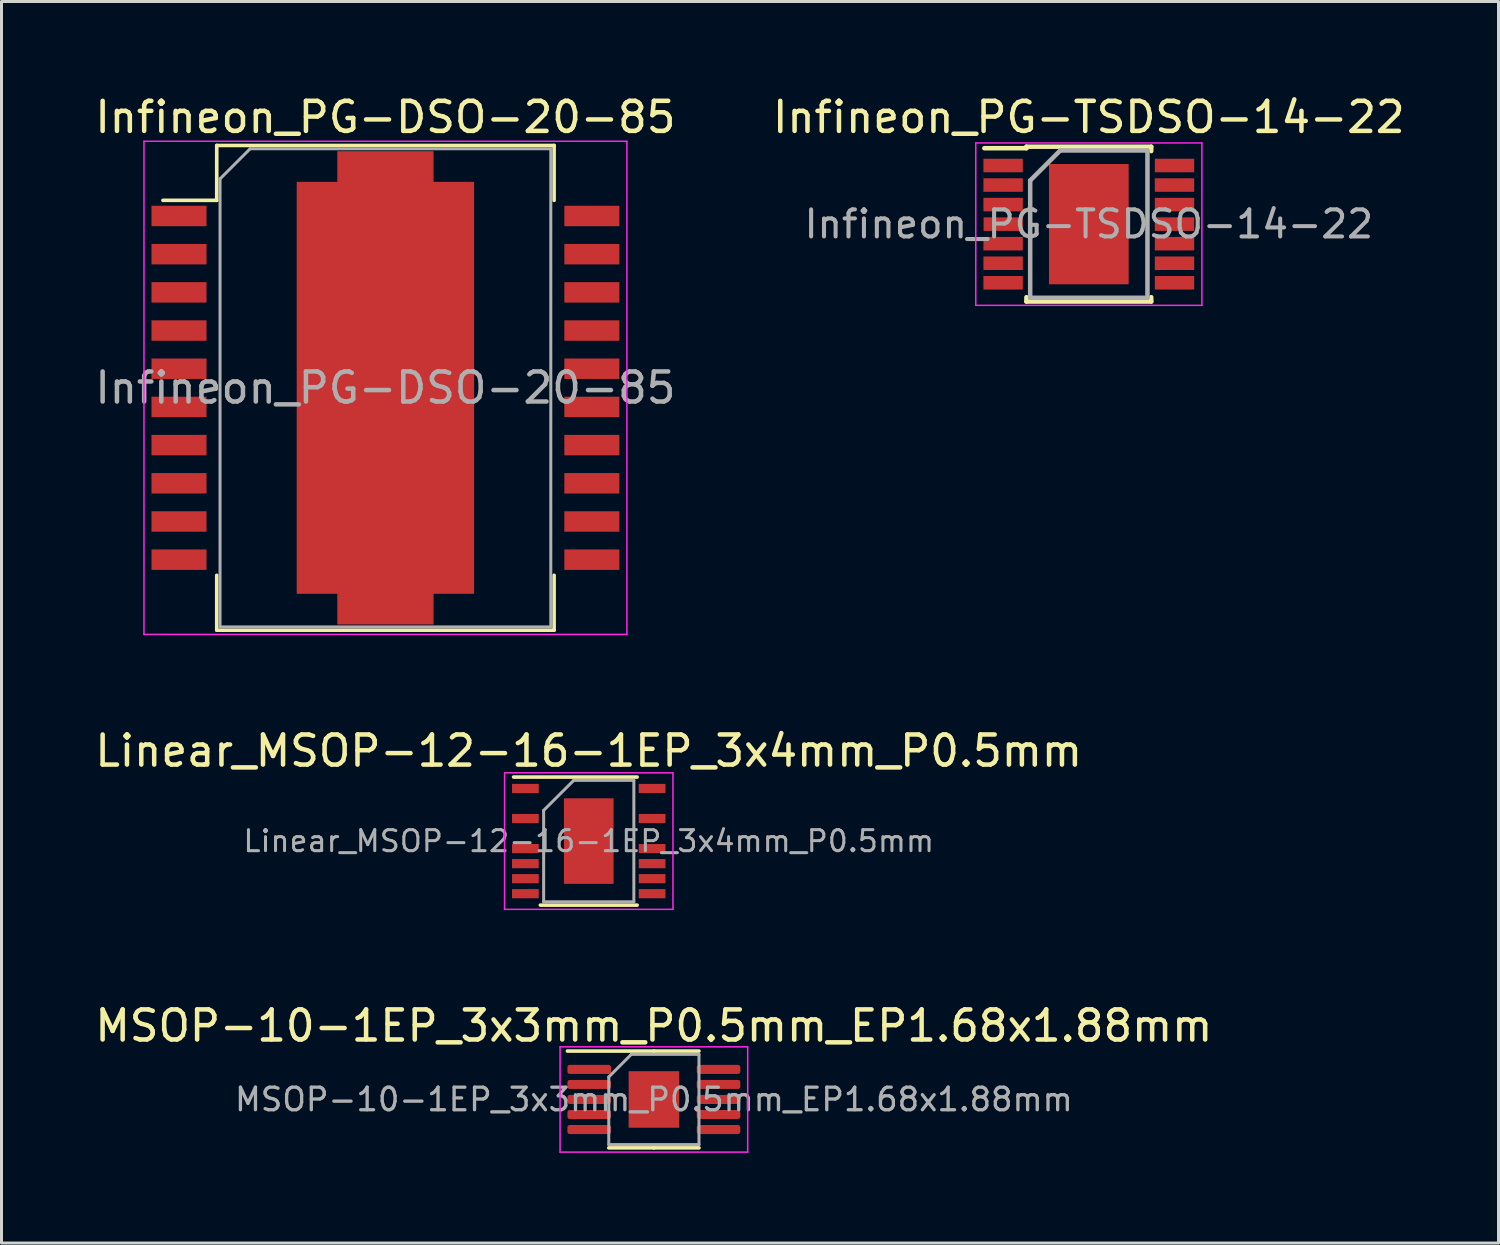
<source format=kicad_pcb>
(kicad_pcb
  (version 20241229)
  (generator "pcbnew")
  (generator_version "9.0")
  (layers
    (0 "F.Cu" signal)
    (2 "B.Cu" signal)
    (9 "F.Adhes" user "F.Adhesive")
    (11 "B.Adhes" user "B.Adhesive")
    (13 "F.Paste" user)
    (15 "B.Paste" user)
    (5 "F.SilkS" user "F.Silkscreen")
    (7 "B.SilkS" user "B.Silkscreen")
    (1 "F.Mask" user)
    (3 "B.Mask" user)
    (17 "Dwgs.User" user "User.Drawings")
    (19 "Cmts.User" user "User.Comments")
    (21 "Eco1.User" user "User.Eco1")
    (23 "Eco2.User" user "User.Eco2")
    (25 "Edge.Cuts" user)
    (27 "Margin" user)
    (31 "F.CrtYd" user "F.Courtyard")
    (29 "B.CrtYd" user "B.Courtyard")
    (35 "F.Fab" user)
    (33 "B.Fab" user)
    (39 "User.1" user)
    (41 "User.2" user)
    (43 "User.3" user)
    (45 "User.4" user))
  (footprint "Linear_MSOP-12-16-1EP_3x4mm_P0.5mm"
    (layer "F.Cu")
    (at 16.53 24.922)
    (property "Reference" "Linear_MSOP-12-16-1EP_3x4mm_P0.5mm" (at 0 -3 0) (layer "F.SilkS") (effects (font (size 1 1) (thickness 0.15))))
    (attr smd)
    (fp_line (start -2.5 -2.13) (end 1.61 -2.13) (stroke (width 0.12) (type solid)) (layer "F.SilkS"))
    (fp_line (start -1.61 2.13) (end 1.61 2.13) (stroke (width 0.12) (type solid)) (layer "F.SilkS"))
    (fp_line (start -2.8 -2.27) (end -2.8 2.27) (stroke (width 0.05) (type solid)) (layer "F.CrtYd"))
    (fp_line (start -2.8 -2.27) (end 2.8 -2.27) (stroke (width 0.05) (type solid)) (layer "F.CrtYd"))
    (fp_line (start -2.8 2.27) (end 2.8 2.27) (stroke (width 0.05) (type solid)) (layer "F.CrtYd"))
    (fp_line (start 2.8 -2.27) (end 2.8 2.27) (stroke (width 0.05) (type solid)) (layer "F.CrtYd"))
    (fp_line (start -1.5 -1.02) (end -0.5 -2.019) (stroke (width 0.1) (type solid)) (layer "F.Fab"))
    (fp_line (start -1.5 2.019) (end -1.5 -1.02) (stroke (width 0.1) (type solid)) (layer "F.Fab"))
    (fp_line (start -0.5 -2.019) (end 1.5 -2.019) (stroke (width 0.1) (type solid)) (layer "F.Fab"))
    (fp_line (start 1.5 -2.019) (end 1.5 2.019) (stroke (width 0.1) (type solid)) (layer "F.Fab"))
    (fp_line (start 1.5 2.019) (end -1.5 2.019) (stroke (width 0.1) (type solid)) (layer "F.Fab"))
    (fp_text user "${REFERENCE}" (at 0 0 0) (layer "F.Fab") (effects (font (size 0.7 0.7) (thickness 0.1))))
    (pad "" smd rect (at 0 -0.711) (size 1.4 1.2) (layers "F.Paste"))
    (pad "" smd rect (at 0 0.711) (size 1.4 1.2) (layers "F.Paste"))
    (pad "1" smd rect (at -2.107 -1.75) (size 0.889 0.305) (layers "F.Cu" "F.Mask" "F.Paste"))
    (pad "3" smd rect (at -2.107 -0.75) (size 0.889 0.305) (layers "F.Cu" "F.Mask" "F.Paste"))
    (pad "5" smd rect (at -2.107 0.25) (size 0.889 0.305) (layers "F.Cu" "F.Mask" "F.Paste"))
    (pad "6" smd rect (at -2.107 0.75) (size 0.889 0.305) (layers "F.Cu" "F.Mask" "F.Paste"))
    (pad "7" smd rect (at -2.107 1.25) (size 0.889 0.305) (layers "F.Cu" "F.Mask" "F.Paste"))
    (pad "8" smd rect (at -2.107 1.75) (size 0.889 0.305) (layers "F.Cu" "F.Mask" "F.Paste"))
    (pad "9" smd rect (at 2.107 1.75) (size 0.889 0.305) (layers "F.Cu" "F.Mask" "F.Paste"))
    (pad "10" smd rect (at 2.107 1.25) (size 0.889 0.305) (layers "F.Cu" "F.Mask" "F.Paste"))
    (pad "11" smd rect (at 2.107 0.75) (size 0.889 0.305) (layers "F.Cu" "F.Mask" "F.Paste"))
    (pad "12" smd rect (at 2.107 0.25) (size 0.889 0.305) (layers "F.Cu" "F.Mask" "F.Paste"))
    (pad "14" smd rect (at 2.107 -0.75) (size 0.889 0.305) (layers "F.Cu" "F.Mask" "F.Paste"))
    (pad "16" smd rect (at 2.107 -1.75) (size 0.889 0.305) (layers "F.Cu" "F.Mask" "F.Paste"))
    (pad "17" smd rect (at 0 0) (size 1.651 2.845) (layers "F.Cu" "F.Mask")))
  (footprint "Infineon_PG-DSO-20-85"
    (layer "F.Cu")
    (at 9.768 9.848)
    (property "Reference" "Infineon_PG-DSO-20-85" (at 0 -9 0) (layer "F.SilkS") (effects (font (size 1 1) (thickness 0.15))))
    (attr smd)
    (fp_line (start -7.4 -6.235) (end -5.61 -6.235) (stroke (width 0.12) (type solid)) (layer "F.SilkS"))
    (fp_line (start -5.61 -8.06) (end 5.61 -8.06) (stroke (width 0.12) (type solid)) (layer "F.SilkS"))
    (fp_line (start -5.61 -6.235) (end -5.61 -8.06) (stroke (width 0.12) (type solid)) (layer "F.SilkS"))
    (fp_line (start -5.61 6.235) (end -5.61 8.06) (stroke (width 0.12) (type solid)) (layer "F.SilkS"))
    (fp_line (start 5.61 -6.235) (end 5.61 -8.06) (stroke (width 0.12) (type solid)) (layer "F.SilkS"))
    (fp_line (start 5.61 6.235) (end 5.61 8.06) (stroke (width 0.12) (type solid)) (layer "F.SilkS"))
    (fp_line (start 5.61 8.06) (end -5.61 8.06) (stroke (width 0.12) (type solid)) (layer "F.SilkS"))
    (fp_line (start -8.03 -8.2) (end 8.03 -8.2) (stroke (width 0.05) (type solid)) (layer "F.CrtYd"))
    (fp_line (start -8.03 8.2) (end -8.03 -8.2) (stroke (width 0.05) (type solid)) (layer "F.CrtYd"))
    (fp_line (start -8.03 8.2) (end 8.03 8.2) (stroke (width 0.05) (type solid)) (layer "F.CrtYd"))
    (fp_line (start 8.03 8.2) (end 8.03 -8.2) (stroke (width 0.05) (type solid)) (layer "F.CrtYd"))
    (fp_line (start -5.5 -6.95) (end -4.5 -7.95) (stroke (width 0.1) (type solid)) (layer "F.Fab"))
    (fp_line (start -5.5 7.95) (end -5.5 -6.95) (stroke (width 0.1) (type solid)) (layer "F.Fab"))
    (fp_line (start -4.5 -7.95) (end 5.5 -7.95) (stroke (width 0.1) (type solid)) (layer "F.Fab"))
    (fp_line (start 5.5 -7.95) (end 5.5 7.95) (stroke (width 0.1) (type solid)) (layer "F.Fab"))
    (fp_line (start 5.5 7.95) (end -5.5 7.95) (stroke (width 0.1) (type solid)) (layer "F.Fab"))
    (fp_text user "${REFERENCE}" (at 0 0 0) (layer "F.Fab") (effects (font (size 1 1) (thickness 0.15))))
    (pad "" smd rect (at -1.4 -4.95) (size 2.4 2.8) (layers "F.Paste"))
    (pad "" smd rect (at -1.4 -1.65) (size 2.4 2.8) (layers "F.Paste"))
    (pad "" smd rect (at -1.4 1.65) (size 2.4 2.8) (layers "F.Paste"))
    (pad "" smd rect (at -1.4 4.95) (size 2.4 2.8) (layers "F.Paste"))
    (pad "" smd rect (at 0 -7.36) (size 3.2 1) (layers "F.Paste"))
    (pad "" smd rect (at 0 7.36) (size 3.2 1) (layers "F.Paste"))
    (pad "" smd rect (at 1.4 -4.95) (size 2.4 2.8) (layers "F.Paste"))
    (pad "" smd rect (at 1.4 -1.65) (size 2.4 2.8) (layers "F.Paste"))
    (pad "" smd rect (at 1.4 1.65) (size 2.4 2.8) (layers "F.Paste"))
    (pad "" smd rect (at 1.4 4.95) (size 2.4 2.8) (layers "F.Paste"))
    (pad "1" smd rect (at -6.865 -5.715) (size 1.83 0.68) (layers "F.Cu" "F.Mask" "F.Paste"))
    (pad "2" smd rect (at -6.865 -4.445) (size 1.83 0.68) (layers "F.Cu" "F.Mask" "F.Paste"))
    (pad "3" smd rect (at -6.865 -3.175) (size 1.83 0.68) (layers "F.Cu" "F.Mask" "F.Paste"))
    (pad "4" smd rect (at -6.865 -1.905) (size 1.83 0.68) (layers "F.Cu" "F.Mask" "F.Paste"))
    (pad "5" smd rect (at -6.865 -0.635) (size 1.83 0.68) (layers "F.Cu" "F.Mask" "F.Paste"))
    (pad "6" smd rect (at -6.865 0.635) (size 1.83 0.68) (layers "F.Cu" "F.Mask" "F.Paste"))
    (pad "7" smd rect (at -6.865 1.905) (size 1.83 0.68) (layers "F.Cu" "F.Mask" "F.Paste"))
    (pad "8" smd rect (at -6.865 3.175) (size 1.83 0.68) (layers "F.Cu" "F.Mask" "F.Paste"))
    (pad "9" smd rect (at -6.865 4.445) (size 1.83 0.68) (layers "F.Cu" "F.Mask" "F.Paste"))
    (pad "10" smd rect (at -6.865 5.715) (size 1.83 0.68) (layers "F.Cu" "F.Mask" "F.Paste"))
    (pad "11" smd rect (at 6.865 5.715) (size 1.83 0.68) (layers "F.Cu" "F.Mask" "F.Paste"))
    (pad "12" smd rect (at 6.865 4.445) (size 1.83 0.68) (layers "F.Cu" "F.Mask" "F.Paste"))
    (pad "13" smd rect (at 6.865 3.175) (size 1.83 0.68) (layers "F.Cu" "F.Mask" "F.Paste"))
    (pad "14" smd rect (at 6.865 1.905) (size 1.83 0.68) (layers "F.Cu" "F.Mask" "F.Paste"))
    (pad "15" smd rect (at 6.865 0.635) (size 1.83 0.68) (layers "F.Cu" "F.Mask" "F.Paste"))
    (pad "16" smd rect (at 6.865 -0.635) (size 1.83 0.68) (layers "F.Cu" "F.Mask" "F.Paste"))
    (pad "17" smd rect (at 6.865 -1.905) (size 1.83 0.68) (layers "F.Cu" "F.Mask" "F.Paste"))
    (pad "18" smd rect (at 6.865 -3.175) (size 1.83 0.68) (layers "F.Cu" "F.Mask" "F.Paste"))
    (pad "19" smd rect (at 6.865 -4.445) (size 1.83 0.68) (layers "F.Cu" "F.Mask" "F.Paste"))
    (pad "20" smd rect (at 6.865 -5.715) (size 1.83 0.68) (layers "F.Cu" "F.Mask" "F.Paste"))
    (pad "21" smd custom (at 0 0) (size 5.9 13.7) (layers "F.Cu" "F.Mask") (options (anchor rect)) (primitives (gr_poly (pts (xy -1.6 -7.87) (xy 1.6 -7.87) (xy 1.6 7.87) (xy -1.6 7.87)) (width 0) (fill yes)))))
  (footprint "Infineon_PG-TSDSO-14-22"
    (layer "F.Cu")
    (at 33.161 4.404)
    (property "Reference" "Infineon_PG-TSDSO-14-22" (at 0 -3.556 0) (layer "F.SilkS") (effects (font (size 1 1) (thickness 0.15))))
    (attr smd)
    (fp_line (start -2.075 -2.575) (end -2.075 -2.525) (stroke (width 0.15) (type solid)) (layer "F.SilkS"))
    (fp_line (start -2.075 -2.575) (end 2.075 -2.575) (stroke (width 0.15) (type solid)) (layer "F.SilkS"))
    (fp_line (start -2.075 -2.525) (end -3.475 -2.525) (stroke (width 0.15) (type solid)) (layer "F.SilkS"))
    (fp_line (start -2.075 2.575) (end -2.075 2.43) (stroke (width 0.15) (type solid)) (layer "F.SilkS"))
    (fp_line (start -2.075 2.575) (end 2.075 2.575) (stroke (width 0.15) (type solid)) (layer "F.SilkS"))
    (fp_line (start 2.075 -2.575) (end 2.075 -2.43) (stroke (width 0.15) (type solid)) (layer "F.SilkS"))
    (fp_line (start 2.075 2.575) (end 2.075 2.43) (stroke (width 0.15) (type solid)) (layer "F.SilkS"))
    (fp_line (start -3.76 -2.7) (end -3.76 2.7) (stroke (width 0.05) (type solid)) (layer "F.CrtYd"))
    (fp_line (start -3.76 -2.7) (end 3.76 -2.7) (stroke (width 0.05) (type solid)) (layer "F.CrtYd"))
    (fp_line (start -3.76 2.7) (end 3.76 2.7) (stroke (width 0.05) (type solid)) (layer "F.CrtYd"))
    (fp_line (start 3.76 -2.7) (end 3.76 2.7) (stroke (width 0.05) (type solid)) (layer "F.CrtYd"))
    (fp_line (start -1.95 -1.45) (end -0.95 -2.45) (stroke (width 0.15) (type solid)) (layer "F.Fab"))
    (fp_line (start -1.95 2.45) (end -1.95 -1.45) (stroke (width 0.15) (type solid)) (layer "F.Fab"))
    (fp_line (start -0.95 -2.45) (end 1.95 -2.45) (stroke (width 0.15) (type solid)) (layer "F.Fab"))
    (fp_line (start 1.95 -2.45) (end 1.95 2.45) (stroke (width 0.15) (type solid)) (layer "F.Fab"))
    (fp_line (start 1.95 2.45) (end -1.95 2.45) (stroke (width 0.15) (type solid)) (layer "F.Fab"))
    (fp_text user "${REFERENCE}" (at 0 0 0) (layer "F.Fab") (effects (font (size 0.9 0.9) (thickness 0.135))))
    (pad "" smd rect (at 0 -1.075) (size 2.65 1.85) (layers "F.Paste"))
    (pad "" smd rect (at 0 1.075) (size 2.65 1.85) (layers "F.Paste"))
    (pad "1" smd rect (at -2.85 -1.95) (size 1.31 0.45) (layers "F.Cu" "F.Mask" "F.Paste"))
    (pad "2" smd rect (at -2.85 -1.3) (size 1.31 0.45) (layers "F.Cu" "F.Mask" "F.Paste"))
    (pad "3" smd rect (at -2.85 -0.65) (size 1.31 0.45) (layers "F.Cu" "F.Mask" "F.Paste"))
    (pad "4" smd rect (at -2.845 0) (size 1.31 0.45) (layers "F.Cu" "F.Mask" "F.Paste"))
    (pad "5" smd rect (at -2.85 0.65) (size 1.31 0.45) (layers "F.Cu" "F.Mask" "F.Paste"))
    (pad "6" smd rect (at -2.85 1.3) (size 1.31 0.45) (layers "F.Cu" "F.Mask" "F.Paste"))
    (pad "7" smd rect (at -2.85 1.95) (size 1.31 0.45) (layers "F.Cu" "F.Mask" "F.Paste"))
    (pad "8" smd rect (at 2.85 1.95) (size 1.31 0.45) (layers "F.Cu" "F.Mask" "F.Paste"))
    (pad "9" smd rect (at 2.85 1.3) (size 1.31 0.45) (layers "F.Cu" "F.Mask" "F.Paste"))
    (pad "10" smd rect (at 2.85 0.65) (size 1.31 0.45) (layers "F.Cu" "F.Mask" "F.Paste"))
    (pad "11" smd rect (at 2.85 0) (size 1.31 0.45) (layers "F.Cu" "F.Mask" "F.Paste"))
    (pad "12" smd rect (at 2.85 -0.65) (size 1.31 0.45) (layers "F.Cu" "F.Mask" "F.Paste"))
    (pad "13" smd rect (at 2.85 -1.3) (size 1.31 0.45) (layers "F.Cu" "F.Mask" "F.Paste"))
    (pad "14" smd rect (at 2.85 -1.95) (size 1.31 0.45) (layers "F.Cu" "F.Mask" "F.Paste"))
    (pad "15" smd rect (at 0 0) (size 2.65 4) (layers "F.Cu" "F.Mask")))
  (footprint "MSOP-10-1EP_3x3mm_P0.5mm_EP1.68x1.88mm"
    (layer "F.Cu")
    (at 18.696 33.515)
    (property "Reference" "MSOP-10-1EP_3x3mm_P0.5mm_EP1.68x1.88mm" (at 0 -2.45 0) (layer "F.SilkS") (effects (font (size 1 1) (thickness 0.15))))
    (attr smd)
    (fp_line (start 0 -1.61) (end -2.875 -1.61) (stroke (width 0.12) (type solid)) (layer "F.SilkS"))
    (fp_line (start 0 -1.61) (end 1.5 -1.61) (stroke (width 0.12) (type solid)) (layer "F.SilkS"))
    (fp_line (start 0 1.61) (end -1.5 1.61) (stroke (width 0.12) (type solid)) (layer "F.SilkS"))
    (fp_line (start 0 1.61) (end 1.5 1.61) (stroke (width 0.12) (type solid)) (layer "F.SilkS"))
    (fp_line (start -3.12 -1.75) (end -3.12 1.75) (stroke (width 0.05) (type solid)) (layer "F.CrtYd"))
    (fp_line (start -3.12 1.75) (end 3.12 1.75) (stroke (width 0.05) (type solid)) (layer "F.CrtYd"))
    (fp_line (start 3.12 -1.75) (end -3.12 -1.75) (stroke (width 0.05) (type solid)) (layer "F.CrtYd"))
    (fp_line (start 3.12 1.75) (end 3.12 -1.75) (stroke (width 0.05) (type solid)) (layer "F.CrtYd"))
    (fp_line (start -1.5 -0.75) (end -0.75 -1.5) (stroke (width 0.1) (type solid)) (layer "F.Fab"))
    (fp_line (start -1.5 1.5) (end -1.5 -0.75) (stroke (width 0.1) (type solid)) (layer "F.Fab"))
    (fp_line (start -0.75 -1.5) (end 1.5 -1.5) (stroke (width 0.1) (type solid)) (layer "F.Fab"))
    (fp_line (start 1.5 -1.5) (end 1.5 1.5) (stroke (width 0.1) (type solid)) (layer "F.Fab"))
    (fp_line (start 1.5 1.5) (end -1.5 1.5) (stroke (width 0.1) (type solid)) (layer "F.Fab"))
    (fp_text user "${REFERENCE}" (at 0 0 0) (layer "F.Fab") (effects (font (size 0.75 0.75) (thickness 0.11))))
    (pad "" smd roundrect (at -0.42 -0.47) (size 0.68 0.76) (layers "F.Paste") (roundrect_rratio 0.25))
    (pad "" smd roundrect (at -0.42 0.47) (size 0.68 0.76) (layers "F.Paste") (roundrect_rratio 0.25))
    (pad "" smd roundrect (at 0.42 -0.47) (size 0.68 0.76) (layers "F.Paste") (roundrect_rratio 0.25))
    (pad "" smd roundrect (at 0.42 0.47) (size 0.68 0.76) (layers "F.Paste") (roundrect_rratio 0.25))
    (pad "1" smd roundrect (at -2.15 -1) (size 1.45 0.3) (layers "F.Cu" "F.Mask" "F.Paste") (roundrect_rratio 0.25))
    (pad "2" smd roundrect (at -2.15 -0.5) (size 1.45 0.3) (layers "F.Cu" "F.Mask" "F.Paste") (roundrect_rratio 0.25))
    (pad "3" smd roundrect (at -2.15 0) (size 1.45 0.3) (layers "F.Cu" "F.Mask" "F.Paste") (roundrect_rratio 0.25))
    (pad "4" smd roundrect (at -2.15 0.5) (size 1.45 0.3) (layers "F.Cu" "F.Mask" "F.Paste") (roundrect_rratio 0.25))
    (pad "5" smd roundrect (at -2.15 1) (size 1.45 0.3) (layers "F.Cu" "F.Mask" "F.Paste") (roundrect_rratio 0.25))
    (pad "6" smd roundrect (at 2.15 1) (size 1.45 0.3) (layers "F.Cu" "F.Mask" "F.Paste") (roundrect_rratio 0.25))
    (pad "7" smd roundrect (at 2.15 0.5) (size 1.45 0.3) (layers "F.Cu" "F.Mask" "F.Paste") (roundrect_rratio 0.25))
    (pad "8" smd roundrect (at 2.15 0) (size 1.45 0.3) (layers "F.Cu" "F.Mask" "F.Paste") (roundrect_rratio 0.25))
    (pad "9" smd roundrect (at 2.15 -0.5) (size 1.45 0.3) (layers "F.Cu" "F.Mask" "F.Paste") (roundrect_rratio 0.25))
    (pad "10" smd roundrect (at 2.15 -1) (size 1.45 0.3) (layers "F.Cu" "F.Mask" "F.Paste") (roundrect_rratio 0.25))
    (pad "11" smd rect (at 0 0) (size 1.68 1.88) (layers "F.Cu" "F.Mask")))
  (gr_rect
    (start -3 -3)
    (end 46.786 38.29)
    (stroke (width 0.1) (type default))
    (fill no)
    (layer "Edge.Cuts")))
</source>
